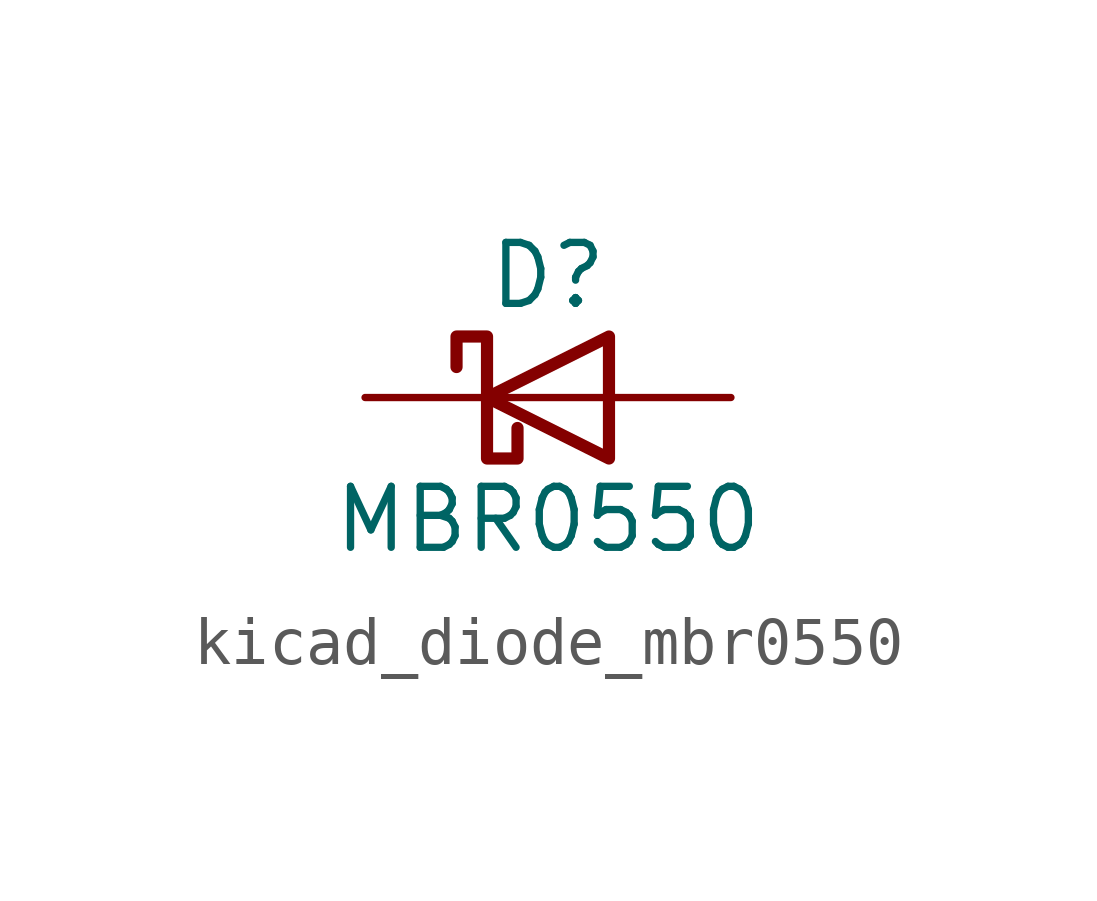
<source format=kicad_sym>
(kicad_symbol_lib
  (version 20220914)
  (generator kicad_symbol_editor)
  (symbol "kicad_diode_mbr0550"
    (pin_numbers hide)
    (pin_names
      (offset 1.016) hide)
    (property "Reference" "D"
      (at 0 2.54 0)
      (effects (font (size 1.27 1.27))))
    (property "Value" "MBR0550"
      (at 0 -2.54 0)
      (effects (font (size 1.27 1.27))))
    (symbol "kicad_diode_mbr0550_0_1"
      (polyline (pts (xy 1.27 0) (xy -1.27 0)) (stroke (width 0) (type default)) (fill (type none)))
      (polyline (pts (xy 1.27 1.27) (xy 1.27 -1.27) (xy -1.27 0) (xy 1.27 1.27)) (stroke (width 0.254) (type default)) (fill (type none)))
      (polyline (pts (xy -1.905 0.635) (xy -1.905 1.27) (xy -1.27 1.27) (xy -1.27 -1.27) (xy -0.635 -1.27) (xy -0.635 -0.635)) (stroke (width 0.254) (type default)) (fill (type none))))
    (symbol "kicad_diode_mbr0550_1_1"
      (pin passive line (at -3.81 0 0) (length 2.54) (name "K" (effects (font (size 1.27 1.27)))) (number "1" (effects (font (size 1.27 1.27)))))
      (pin passive line (at 3.81 0 180) (length 2.54) (name "A" (effects (font (size 1.27 1.27)))) (number "2" (effects (font (size 1.27 1.27))))))))
</source>
